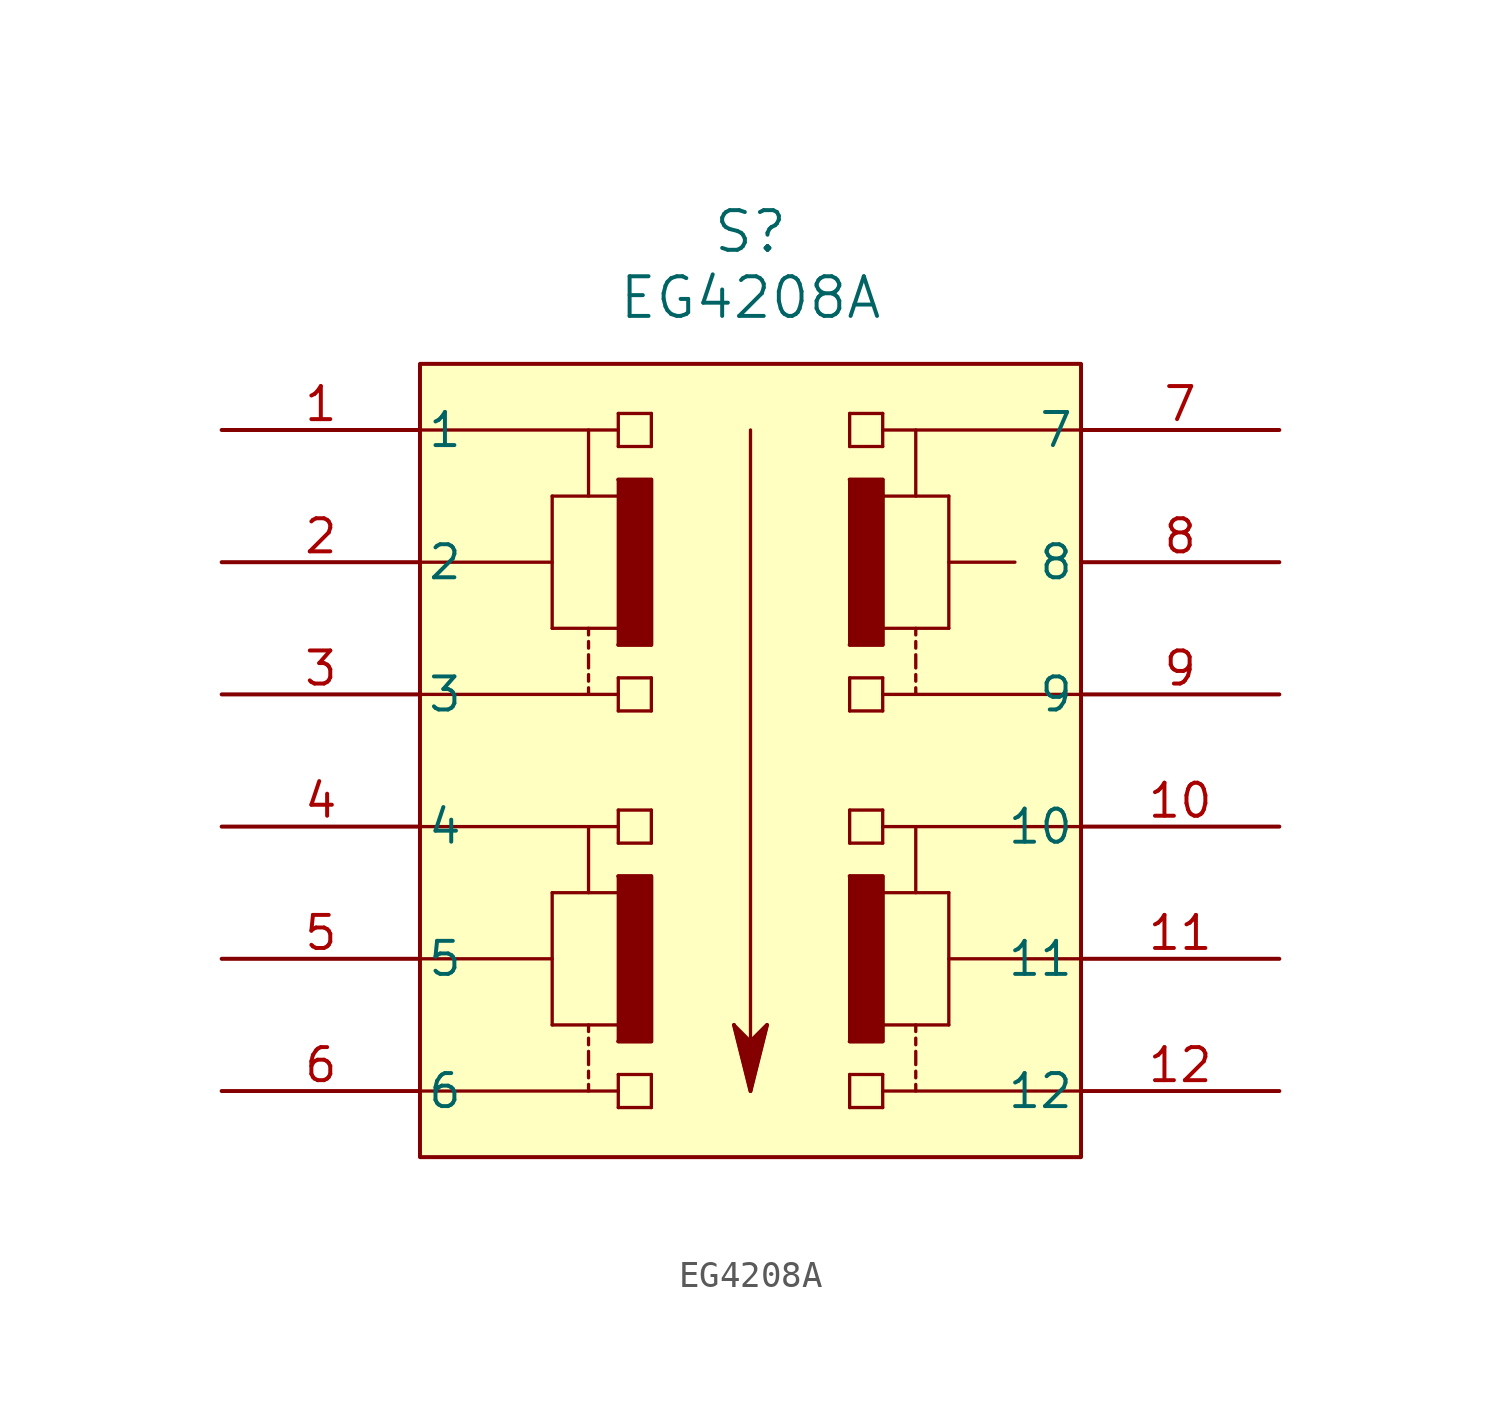
<source format=kicad_sym>
(kicad_symbol_lib
  (version 20220914)
  (generator kicad_symbol_editor)
  (symbol "EG4208A"
    (pin_names
      (offset 0.254))
    (property "Reference" "S"
      (at 20.32 7.62 0)
      (effects (font (size 1.524 1.524))))
    (property "Value" "EG4208A"
      (at 20.32 5.08 0)
      (effects (font (size 1.524 1.524))))
    (symbol "EG4208A_0_1"
      (polyline (pts (xy 7.62 -25.4) (xy 15.24 -25.4)) (stroke (width 0.127) (type default)) (fill (type none)))
      (polyline (pts (xy 7.62 -20.32) (xy 12.7 -20.32)) (stroke (width 0.127) (type default)) (fill (type none)))
      (polyline (pts (xy 7.62 -15.24) (xy 15.24 -15.24)) (stroke (width 0.127) (type default)) (fill (type none)))
      (polyline (pts (xy 7.62 -10.16) (xy 15.24 -10.16)) (stroke (width 0.127) (type default)) (fill (type none)))
      (polyline (pts (xy 7.62 -5.08) (xy 12.7 -5.08)) (stroke (width 0.127) (type default)) (fill (type none)))
      (polyline (pts (xy 7.62 0) (xy 15.24 0)) (stroke (width 0.127) (type default)) (fill (type none)))
      (polyline (pts (xy 12.7 -22.86) (xy 15.24 -22.86)) (stroke (width 0.127) (type default)) (fill (type none)))
      (polyline (pts (xy 12.7 -17.78) (xy 12.7 -22.86)) (stroke (width 0.127) (type default)) (fill (type none)))
      (polyline (pts (xy 12.7 -17.78) (xy 15.24 -17.78)) (stroke (width 0.127) (type default)) (fill (type none)))
      (polyline (pts (xy 12.7 -7.62) (xy 15.24 -7.62)) (stroke (width 0.127) (type default)) (fill (type none)))
      (polyline (pts (xy 12.7 -2.54) (xy 12.7 -7.62)) (stroke (width 0.127) (type default)) (fill (type none)))
      (polyline (pts (xy 12.7 -2.54) (xy 15.24 -2.54)) (stroke (width 0.127) (type default)) (fill (type none)))
      (polyline (pts (xy 14.097 -25.4) (xy 14.097 -25.146)) (stroke (width 0.127) (type default)) (fill (type none)))
      (polyline (pts (xy 14.097 -24.892) (xy 14.097 -24.638)) (stroke (width 0.127) (type default)) (fill (type none)))
      (polyline (pts (xy 14.097 -23.876) (xy 14.097 -24.384)) (stroke (width 0.127) (type default)) (fill (type none)))
      (polyline (pts (xy 14.097 -23.368) (xy 14.097 -23.622)) (stroke (width 0.127) (type default)) (fill (type none)))
      (polyline (pts (xy 14.097 -22.86) (xy 14.097 -23.114)) (stroke (width 0.127) (type default)) (fill (type none)))
      (polyline (pts (xy 14.097 -17.78) (xy 14.097 -15.24)) (stroke (width 0.127) (type default)) (fill (type none)))
      (polyline (pts (xy 14.097 -10.16) (xy 14.097 -9.906)) (stroke (width 0.127) (type default)) (fill (type none)))
      (polyline (pts (xy 14.097 -9.652) (xy 14.097 -9.398)) (stroke (width 0.127) (type default)) (fill (type none)))
      (polyline (pts (xy 14.097 -8.636) (xy 14.097 -9.144)) (stroke (width 0.127) (type default)) (fill (type none)))
      (polyline (pts (xy 14.097 -8.128) (xy 14.097 -8.382)) (stroke (width 0.127) (type default)) (fill (type none)))
      (polyline (pts (xy 14.097 -7.62) (xy 14.097 -7.874)) (stroke (width 0.127) (type default)) (fill (type none)))
      (polyline (pts (xy 14.097 -2.54) (xy 14.097 0)) (stroke (width 0.127) (type default)) (fill (type none)))
      (polyline (pts (xy 15.24 -26.035) (xy 16.51 -26.035)) (stroke (width 0.127) (type default)) (fill (type none)))
      (polyline (pts (xy 15.24 -24.765) (xy 15.24 -26.035)) (stroke (width 0.127) (type default)) (fill (type none)))
      (polyline (pts (xy 15.24 -24.765) (xy 16.51 -24.765)) (stroke (width 0.127) (type default)) (fill (type none)))
      (polyline (pts (xy 15.24 -23.495) (xy 16.51 -23.495)) (stroke (width 0.127) (type default)) (fill (type none)))
      (polyline (pts (xy 15.24 -17.145) (xy 15.24 -23.495)) (stroke (width 0.127) (type default)) (fill (type none)))
      (polyline (pts (xy 15.24 -17.145) (xy 16.51 -17.145)) (stroke (width 0.127) (type default)) (fill (type none)))
      (polyline (pts (xy 15.24 -15.875) (xy 16.51 -15.875)) (stroke (width 0.127) (type default)) (fill (type none)))
      (polyline (pts (xy 15.24 -14.605) (xy 15.24 -15.875)) (stroke (width 0.127) (type default)) (fill (type none)))
      (polyline (pts (xy 15.24 -14.605) (xy 16.51 -14.605)) (stroke (width 0.127) (type default)) (fill (type none)))
      (polyline (pts (xy 15.24 -10.795) (xy 16.51 -10.795)) (stroke (width 0.127) (type default)) (fill (type none)))
      (polyline (pts (xy 15.24 -9.525) (xy 15.24 -10.795)) (stroke (width 0.127) (type default)) (fill (type none)))
      (polyline (pts (xy 15.24 -9.525) (xy 16.51 -9.525)) (stroke (width 0.127) (type default)) (fill (type none)))
      (polyline (pts (xy 15.24 -8.255) (xy 16.51 -8.255)) (stroke (width 0.127) (type default)) (fill (type none)))
      (polyline (pts (xy 15.24 -1.905) (xy 15.24 -8.255)) (stroke (width 0.127) (type default)) (fill (type none)))
      (polyline (pts (xy 15.24 -1.905) (xy 16.51 -1.905)) (stroke (width 0.127) (type default)) (fill (type none)))
      (polyline (pts (xy 15.24 -0.635) (xy 15.24 0.635)) (stroke (width 0.127) (type default)) (fill (type none)))
      (polyline (pts (xy 15.24 -0.635) (xy 16.51 -0.635)) (stroke (width 0.127) (type default)) (fill (type none)))
      (polyline (pts (xy 15.24 0.635) (xy 16.51 0.635)) (stroke (width 0.127) (type default)) (fill (type none)))
      (polyline (pts (xy 16.51 -26.035) (xy 16.51 -24.765)) (stroke (width 0.127) (type default)) (fill (type none)))
      (polyline (pts (xy 16.51 -17.145) (xy 16.51 -23.495)) (stroke (width 0.127) (type default)) (fill (type none)))
      (polyline (pts (xy 16.51 -14.605) (xy 16.51 -15.875)) (stroke (width 0.127) (type default)) (fill (type none)))
      (polyline (pts (xy 16.51 -10.795) (xy 16.51 -9.525)) (stroke (width 0.127) (type default)) (fill (type none)))
      (polyline (pts (xy 16.51 -1.905) (xy 16.51 -8.255)) (stroke (width 0.127) (type default)) (fill (type none)))
      (polyline (pts (xy 16.51 0.635) (xy 16.51 -0.635)) (stroke (width 0.127) (type default)) (fill (type none)))
      (polyline (pts (xy 19.685 -22.86) (xy 20.32 -23.495)) (stroke (width 0.127) (type default)) (fill (type none)))
      (polyline (pts (xy 20.32 -25.4) (xy 19.685 -22.86)) (stroke (width 0.127) (type default)) (fill (type none)))
      (polyline (pts (xy 20.32 -23.495) (xy 20.955 -22.86)) (stroke (width 0.127) (type default)) (fill (type none)))
      (polyline (pts (xy 20.32 0) (xy 20.32 -25.4)) (stroke (width 0.127) (type default)) (fill (type none)))
      (polyline (pts (xy 20.955 -22.86) (xy 20.32 -25.4)) (stroke (width 0.127) (type default)) (fill (type none)))
      (polyline (pts (xy 24.13 -26.035) (xy 24.13 -24.765)) (stroke (width 0.127) (type default)) (fill (type none)))
      (polyline (pts (xy 24.13 -26.035) (xy 25.4 -26.035)) (stroke (width 0.127) (type default)) (fill (type none)))
      (polyline (pts (xy 24.13 -24.765) (xy 25.4 -24.765)) (stroke (width 0.127) (type default)) (fill (type none)))
      (polyline (pts (xy 24.13 -23.495) (xy 24.13 -17.145)) (stroke (width 0.127) (type default)) (fill (type none)))
      (polyline (pts (xy 24.13 -23.495) (xy 25.4 -23.495)) (stroke (width 0.127) (type default)) (fill (type none)))
      (polyline (pts (xy 24.13 -17.145) (xy 25.4 -17.145)) (stroke (width 0.127) (type default)) (fill (type none)))
      (polyline (pts (xy 24.13 -15.875) (xy 24.13 -14.605)) (stroke (width 0.127) (type default)) (fill (type none)))
      (polyline (pts (xy 24.13 -15.875) (xy 25.4 -15.875)) (stroke (width 0.127) (type default)) (fill (type none)))
      (polyline (pts (xy 24.13 -14.605) (xy 25.4 -14.605)) (stroke (width 0.127) (type default)) (fill (type none)))
      (polyline (pts (xy 24.13 -10.795) (xy 24.13 -9.525)) (stroke (width 0.127) (type default)) (fill (type none)))
      (polyline (pts (xy 24.13 -10.795) (xy 25.4 -10.795)) (stroke (width 0.127) (type default)) (fill (type none)))
      (polyline (pts (xy 24.13 -9.525) (xy 25.4 -9.525)) (stroke (width 0.127) (type default)) (fill (type none)))
      (polyline (pts (xy 24.13 -8.255) (xy 24.13 -1.905)) (stroke (width 0.127) (type default)) (fill (type none)))
      (polyline (pts (xy 24.13 -8.255) (xy 25.4 -8.255)) (stroke (width 0.127) (type default)) (fill (type none)))
      (polyline (pts (xy 24.13 -1.905) (xy 25.4 -1.905)) (stroke (width 0.127) (type default)) (fill (type none)))
      (polyline (pts (xy 24.13 -0.635) (xy 24.13 0.635)) (stroke (width 0.127) (type default)) (fill (type none)))
      (polyline (pts (xy 24.13 -0.635) (xy 25.4 -0.635)) (stroke (width 0.127) (type default)) (fill (type none)))
      (polyline (pts (xy 24.13 0.635) (xy 25.4 0.635)) (stroke (width 0.127) (type default)) (fill (type none)))
      (polyline (pts (xy 25.4 -26.035) (xy 25.4 -24.765)) (stroke (width 0.127) (type default)) (fill (type none)))
      (polyline (pts (xy 25.4 -25.4) (xy 33.02 -25.4)) (stroke (width 0.127) (type default)) (fill (type none)))
      (polyline (pts (xy 25.4 -22.86) (xy 27.94 -22.86)) (stroke (width 0.127) (type default)) (fill (type none)))
      (polyline (pts (xy 25.4 -17.78) (xy 27.94 -17.78)) (stroke (width 0.127) (type default)) (fill (type none)))
      (polyline (pts (xy 25.4 -17.145) (xy 25.4 -23.495)) (stroke (width 0.127) (type default)) (fill (type none)))
      (polyline (pts (xy 25.4 -15.24) (xy 33.02 -15.24)) (stroke (width 0.127) (type default)) (fill (type none)))
      (polyline (pts (xy 25.4 -14.605) (xy 25.4 -15.875)) (stroke (width 0.127) (type default)) (fill (type none)))
      (polyline (pts (xy 25.4 -10.795) (xy 25.4 -9.525)) (stroke (width 0.127) (type default)) (fill (type none)))
      (polyline (pts (xy 25.4 -7.62) (xy 27.94 -7.62)) (stroke (width 0.127) (type default)) (fill (type none)))
      (polyline (pts (xy 25.4 -2.54) (xy 27.94 -2.54)) (stroke (width 0.127) (type default)) (fill (type none)))
      (polyline (pts (xy 25.4 -1.905) (xy 25.4 -8.255)) (stroke (width 0.127) (type default)) (fill (type none)))
      (polyline (pts (xy 25.4 0.635) (xy 25.4 -0.635)) (stroke (width 0.127) (type default)) (fill (type none)))
      (polyline (pts (xy 26.67 -25.4) (xy 26.67 -25.146)) (stroke (width 0.127) (type default)) (fill (type none)))
      (polyline (pts (xy 26.67 -24.892) (xy 26.67 -24.638)) (stroke (width 0.127) (type default)) (fill (type none)))
      (polyline (pts (xy 26.67 -23.876) (xy 26.67 -24.384)) (stroke (width 0.127) (type default)) (fill (type none)))
      (polyline (pts (xy 26.67 -23.368) (xy 26.67 -23.622)) (stroke (width 0.127) (type default)) (fill (type none)))
      (polyline (pts (xy 26.67 -22.86) (xy 26.67 -23.114)) (stroke (width 0.127) (type default)) (fill (type none)))
      (polyline (pts (xy 26.67 -17.78) (xy 26.67 -15.24)) (stroke (width 0.127) (type default)) (fill (type none)))
      (polyline (pts (xy 26.67 -10.16) (xy 26.67 -9.906)) (stroke (width 0.127) (type default)) (fill (type none)))
      (polyline (pts (xy 26.67 -9.652) (xy 26.67 -9.398)) (stroke (width 0.127) (type default)) (fill (type none)))
      (polyline (pts (xy 26.67 -8.636) (xy 26.67 -9.144)) (stroke (width 0.127) (type default)) (fill (type none)))
      (polyline (pts (xy 26.67 -8.128) (xy 26.67 -8.382)) (stroke (width 0.127) (type default)) (fill (type none)))
      (polyline (pts (xy 26.67 -7.62) (xy 26.67 -7.874)) (stroke (width 0.127) (type default)) (fill (type none)))
      (polyline (pts (xy 26.67 -2.54) (xy 26.67 0)) (stroke (width 0.127) (type default)) (fill (type none)))
      (polyline (pts (xy 27.94 -17.78) (xy 27.94 -22.86)) (stroke (width 0.127) (type default)) (fill (type none)))
      (polyline (pts (xy 27.94 -5.08) (xy 30.48 -5.08)) (stroke (width 0.127) (type default)) (fill (type none)))
      (polyline (pts (xy 27.94 -2.54) (xy 27.94 -7.62)) (stroke (width 0.127) (type default)) (fill (type none)))
      (polyline (pts (xy 33.02 -20.32) (xy 27.94 -20.32)) (stroke (width 0.127) (type default)) (fill (type none)))
      (polyline (pts (xy 33.02 -10.16) (xy 25.4 -10.16)) (stroke (width 0.127) (type default)) (fill (type none)))
      (polyline (pts (xy 33.02 0) (xy 25.4 0)) (stroke (width 0.127) (type default)) (fill (type none)))
      (polyline (pts (xy 15.24 -17.145) (xy 16.51 -17.145) (xy 16.51 -23.495) (xy 15.24 -23.495)) (stroke (width 0) (type default)) (fill (type outline)))
      (polyline (pts (xy 15.24 -1.905) (xy 16.51 -1.905) (xy 16.51 -8.255) (xy 15.24 -8.255)) (stroke (width 0) (type default)) (fill (type outline)))
      (polyline (pts (xy 19.685 -22.86) (xy 20.32 -25.4) (xy 20.955 -22.86) (xy 20.32 -23.495)) (stroke (width 0) (type default)) (fill (type outline)))
      (polyline (pts (xy 24.13 -17.145) (xy 25.4 -17.145) (xy 25.4 -23.495) (xy 24.13 -23.495)) (stroke (width 0) (type default)) (fill (type outline)))
      (polyline (pts (xy 24.13 -1.905) (xy 25.4 -1.905) (xy 25.4 -8.255) (xy 24.13 -8.255)) (stroke (width 0) (type default)) (fill (type outline))))
    (symbol "EG4208A_1_1"
      (rectangle (start 7.62 2.54) (end 33.02 -27.94) (stroke (width 0) (type default)) (fill (type background)))
      (pin passive line (at 0 0 0) (length 7.62) (name "1" (effects (font (size 1.27 1.27)))) (number "1" (effects (font (size 1.27 1.27)))))
      (pin passive line (at 40.64 -15.24 180) (length 7.62) (name "10" (effects (font (size 1.27 1.27)))) (number "10" (effects (font (size 1.27 1.27)))))
      (pin passive line (at 40.64 -20.32 180) (length 7.62) (name "11" (effects (font (size 1.27 1.27)))) (number "11" (effects (font (size 1.27 1.27)))))
      (pin passive line (at 40.64 -25.4 180) (length 7.62) (name "12" (effects (font (size 1.27 1.27)))) (number "12" (effects (font (size 1.27 1.27)))))
      (pin passive line (at 0 -5.08 0) (length 7.62) (name "2" (effects (font (size 1.27 1.27)))) (number "2" (effects (font (size 1.27 1.27)))))
      (pin passive line (at 0 -10.16 0) (length 7.62) (name "3" (effects (font (size 1.27 1.27)))) (number "3" (effects (font (size 1.27 1.27)))))
      (pin passive line (at 0 -15.24 0) (length 7.62) (name "4" (effects (font (size 1.27 1.27)))) (number "4" (effects (font (size 1.27 1.27)))))
      (pin passive line (at 0 -20.32 0) (length 7.62) (name "5" (effects (font (size 1.27 1.27)))) (number "5" (effects (font (size 1.27 1.27)))))
      (pin passive line (at 0 -25.4 0) (length 7.62) (name "6" (effects (font (size 1.27 1.27)))) (number "6" (effects (font (size 1.27 1.27)))))
      (pin passive line (at 40.64 0 180) (length 7.62) (name "7" (effects (font (size 1.27 1.27)))) (number "7" (effects (font (size 1.27 1.27)))))
      (pin passive line (at 40.64 -5.08 180) (length 7.62) (name "8" (effects (font (size 1.27 1.27)))) (number "8" (effects (font (size 1.27 1.27)))))
      (pin passive line (at 40.64 -10.16 180) (length 7.62) (name "9" (effects (font (size 1.27 1.27)))) (number "9" (effects (font (size 1.27 1.27))))))))
</source>
